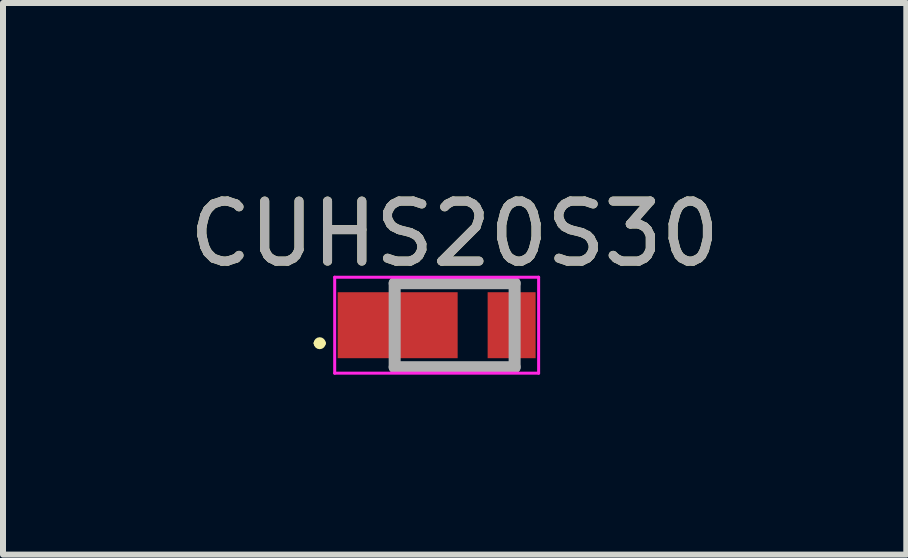
<source format=kicad_pcb>
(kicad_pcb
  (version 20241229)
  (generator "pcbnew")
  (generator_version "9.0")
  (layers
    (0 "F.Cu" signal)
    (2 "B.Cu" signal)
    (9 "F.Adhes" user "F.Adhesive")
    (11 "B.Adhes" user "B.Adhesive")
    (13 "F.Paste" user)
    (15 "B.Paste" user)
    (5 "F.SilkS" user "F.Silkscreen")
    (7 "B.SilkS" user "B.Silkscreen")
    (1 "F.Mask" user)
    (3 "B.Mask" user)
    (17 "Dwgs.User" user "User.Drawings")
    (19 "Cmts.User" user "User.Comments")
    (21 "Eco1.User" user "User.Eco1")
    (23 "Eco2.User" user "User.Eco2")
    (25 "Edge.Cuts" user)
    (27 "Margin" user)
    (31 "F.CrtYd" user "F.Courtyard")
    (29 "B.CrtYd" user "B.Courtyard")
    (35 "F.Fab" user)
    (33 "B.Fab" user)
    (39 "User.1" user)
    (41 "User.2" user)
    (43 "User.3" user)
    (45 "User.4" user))
  (footprint "CUHS20S30"
    (layer "F.Cu")
    (at 4.53 2.372)
    (property "Reference" "CUHS20S30" (at 0 -1.524 0) (layer "F.SilkS") (effects (font (size 1 1) (thickness 0.15))))
    (attr smd)
    (fp_line (start -2.3 0.3) (end -2.3 0.3) (stroke (width 0.1) (type solid)) (layer "F.SilkS"))
    (fp_line (start -2.2 0.3) (end -2.2 0.3) (stroke (width 0.1) (type solid)) (layer "F.SilkS"))
    (fp_line (start -0.95 -0.7) (end 1 -0.7) (stroke (width 0.1) (type solid)) (layer "F.SilkS"))
    (fp_line (start -0.9 0.7) (end 0.9 0.7) (stroke (width 0.1) (type solid)) (layer "F.SilkS"))
    (fp_arc (start -2.3 0.3) (mid -2.25 0.25) (end -2.2 0.3) (stroke (width 0.1) (type solid)) (layer "F.SilkS"))
    (fp_arc (start -2.2 0.3) (mid -2.25 0.35) (end -2.3 0.3) (stroke (width 0.1) (type solid)) (layer "F.SilkS"))
    (fp_line (start -2 -0.8) (end -2 0.8) (stroke (width 0.05) (type solid)) (layer "F.CrtYd"))
    (fp_line (start -2 0.8) (end 1.4 0.8) (stroke (width 0.05) (type solid)) (layer "F.CrtYd"))
    (fp_line (start 1.4 -0.8) (end -2 -0.8) (stroke (width 0.05) (type solid)) (layer "F.CrtYd"))
    (fp_line (start 1.4 0.8) (end 1.4 -0.8) (stroke (width 0.05) (type solid)) (layer "F.CrtYd"))
    (fp_line (start -1 -0.7) (end 1 -0.7) (stroke (width 0.2) (type solid)) (layer "F.Fab"))
    (fp_line (start -1 0.7) (end -1 -0.7) (stroke (width 0.2) (type solid)) (layer "F.Fab"))
    (fp_line (start 1 -0.7) (end 1 0.7) (stroke (width 0.2) (type solid)) (layer "F.Fab"))
    (fp_line (start 1 0.7) (end -1 0.7) (stroke (width 0.2) (type solid)) (layer "F.Fab"))
    (fp_text user "${REFERENCE}" (at 0 -1.524 0) (layer "F.Fab") (effects (font (size 1 1) (thickness 0.15))))
    (pad "1" smd rect (at -0.95 0 90) (size 1.1 2) (layers "F.Cu" "F.Mask" "F.Paste"))
    (pad "2" smd rect (at 0.95 0) (size 0.8 1.1) (layers "F.Cu" "F.Mask" "F.Paste")))
  (gr_rect
    (start -3 -3)
    (end 12.06 6.197)
    (stroke (width 0.1) (type default))
    (fill no)
    (layer "Edge.Cuts")))
</source>
